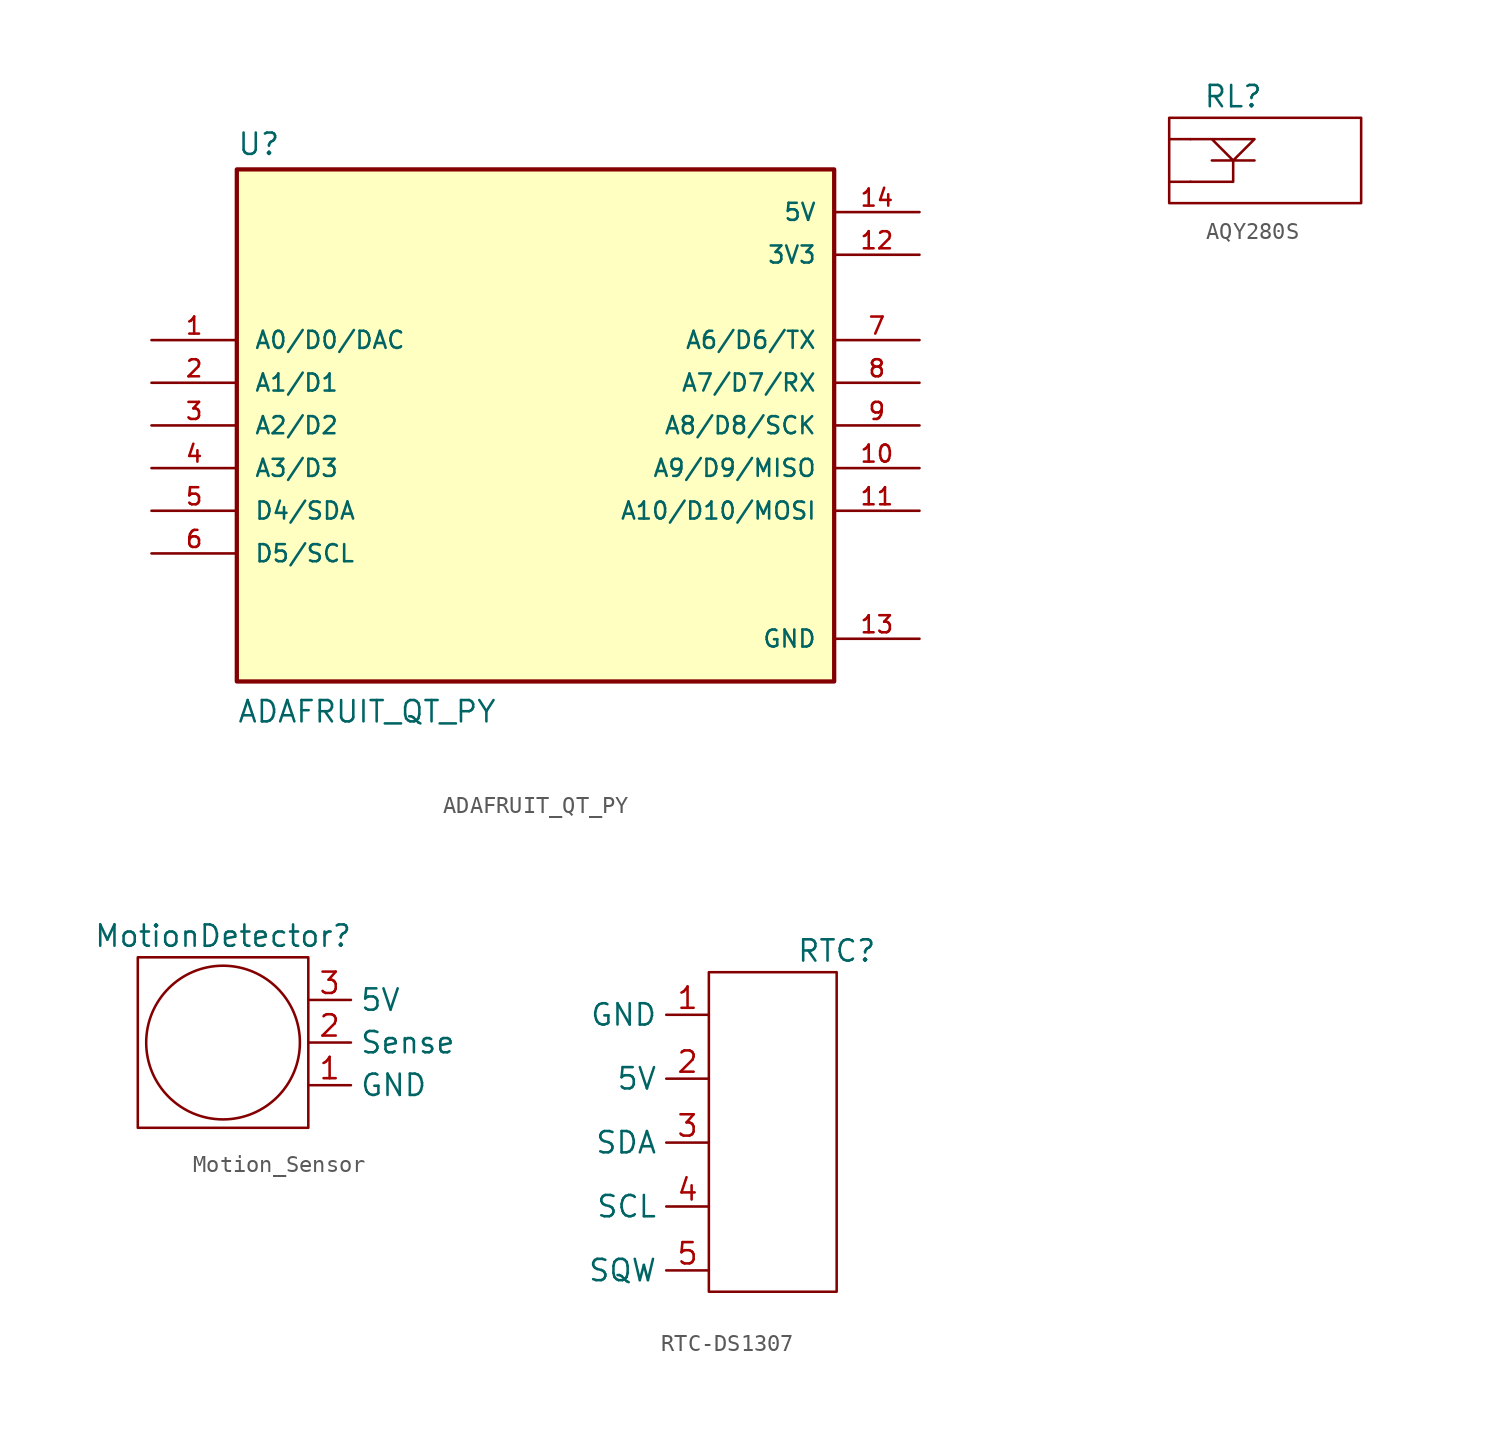
<source format=kicad_sym>
(kicad_symbol_lib
  (version 20220914)
  (generator kicad_symbol_editor)
  (symbol "ADAFRUIT_QT_PY"
    (pin_names
      (offset 1.016))
    (property "Reference" "U"
      (at -17.78 16.002 0)
      (effects (font (size 1.27 1.27)) (justify left bottom)))
    (property "Value" "ADAFRUIT_QT_PY"
      (at -17.78 -17.78 0)
      (effects (font (size 1.27 1.27)) (justify left bottom)))
    (symbol "ADAFRUIT_QT_PY_0_0"
      (rectangle (start -17.78 -15.24) (end 17.78 15.24) (stroke (width 0.254) (type default)) (fill (type background)))
      (pin bidirectional line (at -22.86 5.08 0) (length 5.08) (name "A0/D0/DAC" (effects (font (size 1.016 1.016)))) (number "1" (effects (font (size 1.016 1.016)))))
      (pin bidirectional line (at 22.86 -2.54 180) (length 5.08) (name "A9/D9/MISO" (effects (font (size 1.016 1.016)))) (number "10" (effects (font (size 1.016 1.016)))))
      (pin bidirectional line (at 22.86 -5.08 180) (length 5.08) (name "A10/D10/MOSI" (effects (font (size 1.016 1.016)))) (number "11" (effects (font (size 1.016 1.016)))))
      (pin power_in line (at 22.86 10.16 180) (length 5.08) (name "3V3" (effects (font (size 1.016 1.016)))) (number "12" (effects (font (size 1.016 1.016)))))
      (pin power_in line (at 22.86 -12.7 180) (length 5.08) (name "GND" (effects (font (size 1.016 1.016)))) (number "13" (effects (font (size 1.016 1.016)))))
      (pin power_in line (at 22.86 12.7 180) (length 5.08) (name "5V" (effects (font (size 1.016 1.016)))) (number "14" (effects (font (size 1.016 1.016)))))
      (pin bidirectional line (at -22.86 2.54 0) (length 5.08) (name "A1/D1" (effects (font (size 1.016 1.016)))) (number "2" (effects (font (size 1.016 1.016)))))
      (pin bidirectional line (at -22.86 0 0) (length 5.08) (name "A2/D2" (effects (font (size 1.016 1.016)))) (number "3" (effects (font (size 1.016 1.016)))))
      (pin bidirectional line (at -22.86 -2.54 0) (length 5.08) (name "A3/D3" (effects (font (size 1.016 1.016)))) (number "4" (effects (font (size 1.016 1.016)))))
      (pin bidirectional line (at -22.86 -5.08 0) (length 5.08) (name "D4/SDA" (effects (font (size 1.016 1.016)))) (number "5" (effects (font (size 1.016 1.016)))))
      (pin bidirectional line (at -22.86 -7.62 0) (length 5.08) (name "D5/SCL" (effects (font (size 1.016 1.016)))) (number "6" (effects (font (size 1.016 1.016)))))
      (pin bidirectional line (at 22.86 5.08 180) (length 5.08) (name "A6/D6/TX" (effects (font (size 1.016 1.016)))) (number "7" (effects (font (size 1.016 1.016)))))
      (pin bidirectional line (at 22.86 2.54 180) (length 5.08) (name "A7/D7/RX" (effects (font (size 1.016 1.016)))) (number "8" (effects (font (size 1.016 1.016)))))
      (pin bidirectional line (at 22.86 0 180) (length 5.08) (name "A8/D8/SCK" (effects (font (size 1.016 1.016)))) (number "9" (effects (font (size 1.016 1.016)))))))
  (symbol "AQY280S"
    (property "Reference" "RL"
      (at 8.89 6.35 0)
      (effects (font (size 1.27 1.27))))
    (property "Value" ""
      (at 1.27 5.08 0)
      (effects (font (size 1.27 1.27))))
    (symbol "AQY280S_0_1"
      (polyline (pts (xy 5.08 1.27) (xy 6.35 1.27)) (stroke (width 0) (type default)) (fill (type none)))
      (polyline (pts (xy 5.08 3.81) (xy 6.35 3.81)) (stroke (width 0) (type default)) (fill (type none))))
    (symbol "AQY280S_1_1"
      (polyline (pts (xy 6.35 3.81) (xy 10.16 3.81) (xy 8.89 2.54) (xy 7.62 3.81) (xy 8.89 2.54) (xy 7.62 2.54) (xy 10.16 2.54) (xy 8.89 2.54) (xy 8.89 1.27) (xy 6.35 1.27)) (stroke (width 0) (type default)) (fill (type none)))
      (rectangle (start 5.08 5.08) (end 16.51 0) (stroke (width 0) (type default)) (fill (type none)))
      (pin passive line (at 5.08 3.81 180) (length 2.54) hide (name "Diode+" (effects (font (size 1.27 1.27)))) (number "1" (effects (font (size 1.27 1.27)))))
      (pin passive line (at 5.08 1.27 180) (length 2.54) hide (name "Diode-" (effects (font (size 1.27 1.27)))) (number "2" (effects (font (size 1.27 1.27)))))
      (pin passive line (at 16.51 1.27 0) (length 2.54) hide (name "Load" (effects (font (size 1.27 1.27)))) (number "3" (effects (font (size 1.27 1.27)))))
      (pin passive line (at 16.51 3.81 0) (length 2.54) hide (name "VL" (effects (font (size 1.27 1.27)))) (number "4" (effects (font (size 1.27 1.27)))))))
  (symbol "Motion_Sensor"
    (property "Reference" "MotionDetector"
      (at 0 5.08 0)
      (effects (font (size 1.27 1.27))))
    (property "Value" ""
      (at 0 0 0)
      (effects (font (size 1.27 1.27))))
    (symbol "Motion_Sensor_0_1"
      (rectangle (start -5.08 3.81) (end 5.08 -6.35) (stroke (width 0) (type default)) (fill (type none)))
      (circle (center 0 -1.27) (radius 4.579) (stroke (width 0) (type default)) (fill (type none))))
    (symbol "Motion_Sensor_1_1"
      (pin passive line (at 5.08 -3.81 0) (length 2.54) (name "GND" (effects (font (size 1.27 1.27)))) (number "1" (effects (font (size 1.27 1.27)))))
      (pin passive line (at 5.08 -1.27 0) (length 2.54) (name "Sense" (effects (font (size 1.27 1.27)))) (number "2" (effects (font (size 1.27 1.27)))))
      (pin passive line (at 5.08 1.27 0) (length 2.54) (name "5V" (effects (font (size 1.27 1.27)))) (number "3" (effects (font (size 1.27 1.27)))))))
  (symbol "RTC-DS1307"
    (property "Reference" "RTC"
      (at 0 3.81 0)
      (effects (font (size 1.27 1.27))))
    (property "Value" ""
      (at 0 0 0)
      (effects (font (size 1.27 1.27))))
    (symbol "RTC-DS1307_0_1"
      (rectangle (start -7.62 2.54) (end 0 -16.51) (stroke (width 0) (type default)) (fill (type none))))
    (symbol "RTC-DS1307_1_1"
      (pin passive line (at -7.62 0 180) (length 2.54) (name "GND" (effects (font (size 1.27 1.27)))) (number "1" (effects (font (size 1.27 1.27)))))
      (pin passive line (at -7.62 -3.81 180) (length 2.54) (name "5V" (effects (font (size 1.27 1.27)))) (number "2" (effects (font (size 1.27 1.27)))))
      (pin passive line (at -7.62 -7.62 180) (length 2.54) (name "SDA" (effects (font (size 1.27 1.27)))) (number "3" (effects (font (size 1.27 1.27)))))
      (pin passive line (at -7.62 -11.43 180) (length 2.54) (name "SCL" (effects (font (size 1.27 1.27)))) (number "4" (effects (font (size 1.27 1.27)))))
      (pin passive line (at -7.62 -15.24 180) (length 2.54) (name "SQW" (effects (font (size 1.27 1.27)))) (number "5" (effects (font (size 1.27 1.27))))))))
</source>
